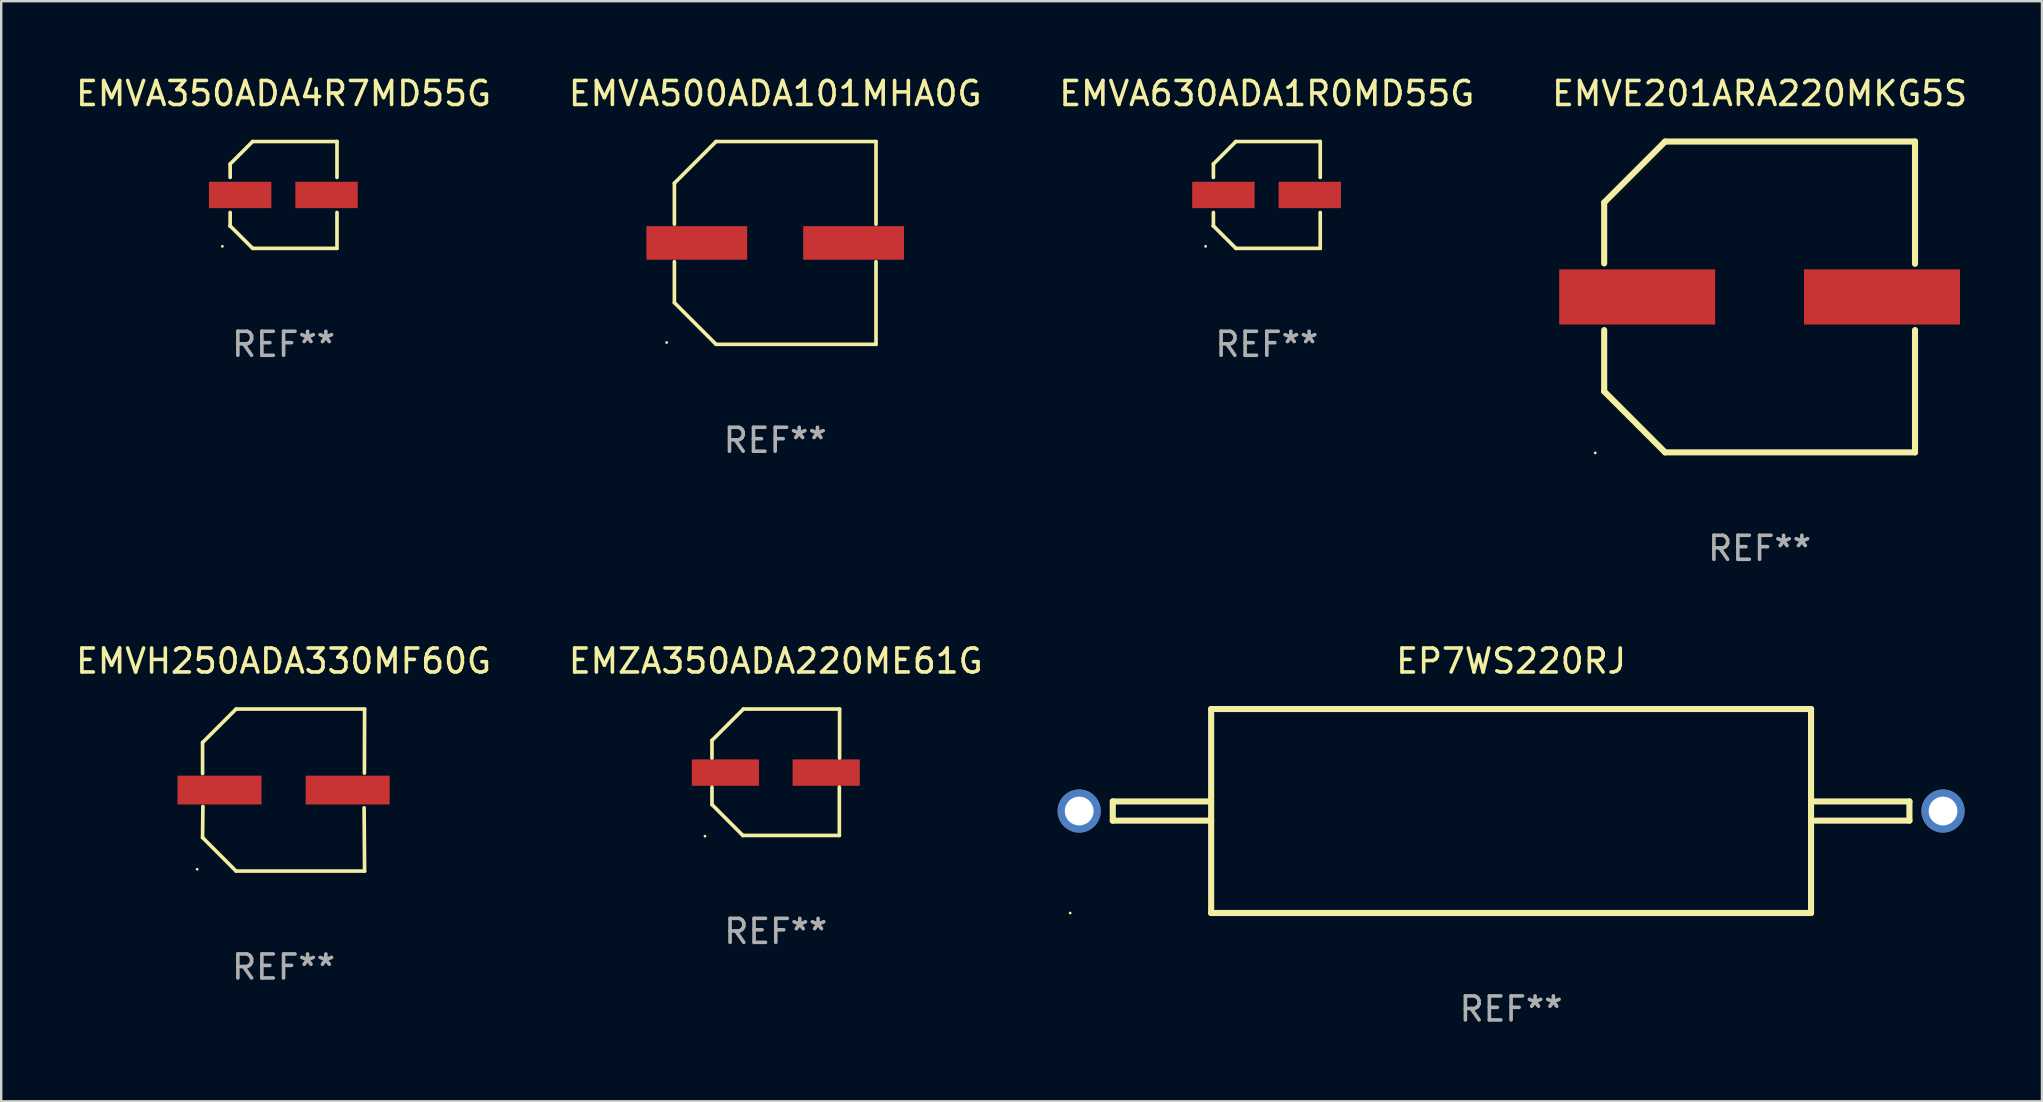
<source format=kicad_pcb>
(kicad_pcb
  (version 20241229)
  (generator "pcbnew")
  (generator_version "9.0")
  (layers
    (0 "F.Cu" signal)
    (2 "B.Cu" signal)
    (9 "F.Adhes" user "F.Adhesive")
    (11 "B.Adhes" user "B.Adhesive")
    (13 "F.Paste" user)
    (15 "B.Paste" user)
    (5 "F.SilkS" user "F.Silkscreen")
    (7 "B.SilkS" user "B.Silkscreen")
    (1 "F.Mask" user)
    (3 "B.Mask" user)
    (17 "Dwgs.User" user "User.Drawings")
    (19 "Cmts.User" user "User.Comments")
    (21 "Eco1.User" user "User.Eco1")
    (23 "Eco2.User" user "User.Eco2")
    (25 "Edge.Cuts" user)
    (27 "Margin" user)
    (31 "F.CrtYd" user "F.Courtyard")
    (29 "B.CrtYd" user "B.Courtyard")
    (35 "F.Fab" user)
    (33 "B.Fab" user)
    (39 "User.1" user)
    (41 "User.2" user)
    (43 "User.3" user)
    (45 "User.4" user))
  (footprint "EMVA630ADA1R0MD55G"
    (layer "F.Cu")
    (at 49.744 5.074)
    (property "Reference" "EMVA630ADA1R0MD55G" (at 0 -4.226 0) (layer "F.SilkS") (effects (font (size 1 1) (thickness 0.15))))
    (attr through_hole)
    (fp_line (start -2.226 -1.289) (end -2.226 -0.73) (stroke (width 0.152) (type solid)) (layer "F.SilkS"))
    (fp_line (start -2.226 0.731) (end -2.226 1.291) (stroke (width 0.152) (type solid)) (layer "F.SilkS"))
    (fp_line (start -2.226 1.291) (end -2.226 1.291) (stroke (width 0.152) (type solid)) (layer "F.SilkS"))
    (fp_line (start -1.29 -2.226) (end -2.226 -1.289) (stroke (width 0.152) (type solid)) (layer "F.SilkS"))
    (fp_line (start -1.289 2.226) (end -2.226 1.291) (stroke (width 0.152) (type solid)) (layer "F.SilkS"))
    (fp_line (start 2.226 -2.226) (end -1.29 -2.226) (stroke (width 0.152) (type solid)) (layer "F.SilkS"))
    (fp_line (start 2.226 -0.73) (end 2.226 -2.226) (stroke (width 0.152) (type solid)) (layer "F.SilkS"))
    (fp_line (start 2.226 2.226) (end -1.289 2.226) (stroke (width 0.152) (type solid)) (layer "F.SilkS"))
    (fp_line (start 2.226 2.226) (end 2.226 0.731) (stroke (width 0.152) (type solid)) (layer "F.SilkS"))
    (fp_circle (center -2.551 2.142) (end -2.521 2.142) (stroke (width 0.06) (type solid)) (fill no) (layer "F.SilkS"))
    (fp_text user "REF**" (at 0 6.226 0) (layer "F.Fab") (effects (font (size 1 1) (thickness 0.15))))
    (pad "1" smd rect (at -1.81 0.001) (size 2.6 1.1) (layers "F.Cu" "F.Mask" "F.Paste"))
    (pad "2" smd rect (at 1.79 0.001) (size 2.6 1.1) (layers "F.Cu" "F.Mask" "F.Paste")))
  (footprint "EMZA350ADA220ME61G"
    (layer "F.Cu")
    (at 29.28 29.133)
    (property "Reference" "EMZA350ADA220ME61G" (at 0 -4.634 0) (layer "F.SilkS") (effects (font (size 1 1) (thickness 0.15))))
    (attr through_hole)
    (fp_line (start -2.659 -1.326) (end -2.659 -0.592) (stroke (width 0.152) (type solid)) (layer "F.SilkS"))
    (fp_line (start -2.659 1.346) (end -2.659 0.622) (stroke (width 0.152) (type solid)) (layer "F.SilkS"))
    (fp_line (start -1.372 2.634) (end -2.659 1.346) (stroke (width 0.152) (type solid)) (layer "F.SilkS"))
    (fp_line (start -1.349 -2.634) (end -2.659 -1.326) (stroke (width 0.152) (type solid)) (layer "F.SilkS"))
    (fp_line (start 2.649 0.622) (end 2.649 2.634) (stroke (width 0.152) (type solid)) (layer "F.SilkS"))
    (fp_line (start 2.649 2.634) (end -1.372 2.634) (stroke (width 0.152) (type solid)) (layer "F.SilkS"))
    (fp_line (start 2.659 -2.634) (end -1.349 -2.634) (stroke (width 0.152) (type solid)) (layer "F.SilkS"))
    (fp_line (start 2.659 -0.592) (end 2.659 -2.634) (stroke (width 0.152) (type solid)) (layer "F.SilkS"))
    (fp_circle (center -2.95 2.665) (end -2.92 2.665) (stroke (width 0.06) (type solid)) (fill no) (layer "F.SilkS"))
    (fp_text user "REF**" (at 0 6.634 0) (layer "F.Fab") (effects (font (size 1 1) (thickness 0.15))))
    (pad "1" smd rect (at -2.1 0.015) (size 2.8 1.1) (layers "F.Cu" "F.Mask" "F.Paste"))
    (pad "2" smd rect (at 2.1 0.015) (size 2.8 1.1) (layers "F.Cu" "F.Mask" "F.Paste")))
  (footprint "EP7WS220RJ"
    (layer "F.Cu")
    (at 59.924 30.749)
    (property "Reference" "EP7WS220RJ" (at 0 -6.25 0) (layer "F.SilkS") (effects (font (size 1 1) (thickness 0.15))))
    (attr through_hole)
    (fp_line (start -16.6 -0.4) (end -12.5 -0.4) (stroke (width 0.254) (type solid)) (layer "F.SilkS"))
    (fp_line (start -16.6 0.4) (end -16.6 -0.4) (stroke (width 0.254) (type solid)) (layer "F.SilkS"))
    (fp_line (start -16.6 0.4) (end -12.5 0.4) (stroke (width 0.254) (type solid)) (layer "F.SilkS"))
    (fp_line (start -12.5 -4.25) (end 12.5 -4.25) (stroke (width 0.254) (type solid)) (layer "F.SilkS"))
    (fp_line (start -12.5 4.25) (end -12.5 -4.25) (stroke (width 0.254) (type solid)) (layer "F.SilkS"))
    (fp_line (start 12.5 -4.25) (end 12.5 4.25) (stroke (width 0.254) (type solid)) (layer "F.SilkS"))
    (fp_line (start 12.5 4.25) (end -12.5 4.25) (stroke (width 0.254) (type solid)) (layer "F.SilkS"))
    (fp_line (start 16.6 -0.4) (end 12.5 -0.4) (stroke (width 0.254) (type solid)) (layer "F.SilkS"))
    (fp_line (start 16.6 -0.4) (end 16.6 0.4) (stroke (width 0.254) (type solid)) (layer "F.SilkS"))
    (fp_line (start 16.6 0.4) (end 12.5 0.4) (stroke (width 0.254) (type solid)) (layer "F.SilkS"))
    (fp_circle (center -18.375 4.25) (end -18.345 4.25) (stroke (width 0.06) (type solid)) (fill no) (layer "F.SilkS"))
    (fp_text user "REF**" (at 0 8.25 0) (layer "F.Fab") (effects (font (size 1 1) (thickness 0.15))))
    (pad "1" thru_hole circle (at -18 -0.000013) (size 1.8 1.8) (drill 1.2) (layers "*.Cu" "*.Mask"))
    (pad "2" thru_hole circle (at 18 -0.000013) (size 1.8 1.8) (drill 1.2) (layers "*.Cu" "*.Mask")))
  (footprint "EMVA500ADA101MHA0G"
    (layer "F.Cu")
    (at 29.256 7.074)
    (property "Reference" "EMVA500ADA101MHA0G" (at 0 -6.226 0) (layer "F.SilkS") (effects (font (size 1 1) (thickness 0.15))))
    (attr through_hole)
    (fp_line (start -4.201 -2.49) (end -4.201 -0.782) (stroke (width 0.152) (type solid)) (layer "F.SilkS"))
    (fp_line (start -4.201 2.49) (end -4.201 0.782) (stroke (width 0.152) (type solid)) (layer "F.SilkS"))
    (fp_line (start -2.465 -4.226) (end -4.201 -2.49) (stroke (width 0.152) (type solid)) (layer "F.SilkS"))
    (fp_line (start -2.465 4.226) (end -4.201 2.49) (stroke (width 0.152) (type solid)) (layer "F.SilkS"))
    (fp_line (start 4.201 -4.226) (end -2.465 -4.226) (stroke (width 0.152) (type solid)) (layer "F.SilkS"))
    (fp_line (start 4.201 -0.782) (end 4.201 -4.226) (stroke (width 0.152) (type solid)) (layer "F.SilkS"))
    (fp_line (start 4.201 0.782) (end 4.201 4.226) (stroke (width 0.152) (type solid)) (layer "F.SilkS"))
    (fp_line (start 4.201 4.226) (end -2.465 4.226) (stroke (width 0.152) (type solid)) (layer "F.SilkS"))
    (fp_circle (center -4.524 4.15) (end -4.494 4.15) (stroke (width 0.06) (type solid)) (fill no) (layer "F.SilkS"))
    (fp_text user "REF**" (at 0 8.226 0) (layer "F.Fab") (effects (font (size 1 1) (thickness 0.15))))
    (pad "1" smd rect (at -3.267 0) (size 4.2 1.4) (layers "F.Cu" "F.Mask" "F.Paste"))
    (pad "2" smd rect (at 3.267 0) (size 4.2 1.4) (layers "F.Cu" "F.Mask" "F.Paste")))
  (footprint "EMVA350ADA4R7MD55G"
    (layer "F.Cu")
    (at 8.768 5.074)
    (property "Reference" "EMVA350ADA4R7MD55G" (at 0 -4.226 0) (layer "F.SilkS") (effects (font (size 1 1) (thickness 0.15))))
    (attr through_hole)
    (fp_line (start -2.226 -1.289) (end -2.226 -0.73) (stroke (width 0.152) (type solid)) (layer "F.SilkS"))
    (fp_line (start -2.226 0.731) (end -2.226 1.291) (stroke (width 0.152) (type solid)) (layer "F.SilkS"))
    (fp_line (start -2.226 1.291) (end -2.226 1.291) (stroke (width 0.152) (type solid)) (layer "F.SilkS"))
    (fp_line (start -1.29 -2.226) (end -2.226 -1.289) (stroke (width 0.152) (type solid)) (layer "F.SilkS"))
    (fp_line (start -1.289 2.226) (end -2.226 1.291) (stroke (width 0.152) (type solid)) (layer "F.SilkS"))
    (fp_line (start 2.226 -2.226) (end -1.29 -2.226) (stroke (width 0.152) (type solid)) (layer "F.SilkS"))
    (fp_line (start 2.226 -0.73) (end 2.226 -2.226) (stroke (width 0.152) (type solid)) (layer "F.SilkS"))
    (fp_line (start 2.226 2.226) (end -1.289 2.226) (stroke (width 0.152) (type solid)) (layer "F.SilkS"))
    (fp_line (start 2.226 2.226) (end 2.226 0.731) (stroke (width 0.152) (type solid)) (layer "F.SilkS"))
    (fp_circle (center -2.551 2.142) (end -2.521 2.142) (stroke (width 0.06) (type solid)) (fill no) (layer "F.SilkS"))
    (fp_text user "REF**" (at 0 6.226 0) (layer "F.Fab") (effects (font (size 1 1) (thickness 0.15))))
    (pad "1" smd rect (at -1.81 0.001) (size 2.6 1.1) (layers "F.Cu" "F.Mask" "F.Paste"))
    (pad "2" smd rect (at 1.79 0.001) (size 2.6 1.1) (layers "F.Cu" "F.Mask" "F.Paste")))
  (footprint "EMVH250ADA330MF60G"
    (layer "F.Cu")
    (at 8.768 29.875)
    (property "Reference" "EMVH250ADA330MF60G" (at 0 -5.376 0) (layer "F.SilkS") (effects (font (size 1 1) (thickness 0.15))))
    (attr through_hole)
    (fp_line (start -3.376 -1.98) (end -3.376 -0.686) (stroke (width 0.152) (type solid)) (layer "F.SilkS"))
    (fp_line (start -3.376 1.981) (end -3.362 0.686) (stroke (width 0.152) (type solid)) (layer "F.SilkS"))
    (fp_line (start -1.981 3.376) (end -3.376 1.981) (stroke (width 0.152) (type solid)) (layer "F.SilkS"))
    (fp_line (start -1.98 -3.376) (end -3.376 -1.98) (stroke (width 0.152) (type solid)) (layer "F.SilkS"))
    (fp_line (start 3.356 0.74) (end 3.376 3.376) (stroke (width 0.152) (type solid)) (layer "F.SilkS"))
    (fp_line (start 3.369 -0.707) (end 3.376 -3.376) (stroke (width 0.152) (type solid)) (layer "F.SilkS"))
    (fp_line (start 3.376 3.376) (end -1.981 3.376) (stroke (width 0.152) (type solid)) (layer "F.SilkS"))
    (fp_line (start 3.376 -3.376) (end -1.98 -3.376) (stroke (width 0.152) (type solid)) (layer "F.SilkS"))
    (fp_circle (center -3.6 3.3) (end -3.57 3.3) (stroke (width 0.06) (type solid)) (fill no) (layer "F.SilkS"))
    (fp_text user "REF**" (at 0 7.376 0) (layer "F.Fab") (effects (font (size 1 1) (thickness 0.15))))
    (pad "1" smd rect (at -2.67 0.000381) (size 3.5 1.2) (layers "F.Cu" "F.Mask" "F.Paste"))
    (pad "2" smd rect (at 2.67 0.000381) (size 3.5 1.2) (layers "F.Cu" "F.Mask" "F.Paste")))
  (footprint "EMVE201ARA220MKG5S"
    (layer "F.Cu")
    (at 70.28 9.325)
    (property "Reference" "EMVE201ARA220MKG5S" (at 0 -8.477 0) (layer "F.SilkS") (effects (font (size 1 1) (thickness 0.15))))
    (attr through_hole)
    (fp_line (start -6.477 -3.937) (end -6.477 -1.397) (stroke (width 0.254) (type solid)) (layer "F.SilkS"))
    (fp_line (start -6.477 1.381) (end -6.477 3.937) (stroke (width 0.254) (type solid)) (layer "F.SilkS"))
    (fp_line (start -6.477 3.937) (end -3.937 6.477) (stroke (width 0.254) (type solid)) (layer "F.SilkS"))
    (fp_line (start -3.937 -6.477) (end -6.477 -3.937) (stroke (width 0.254) (type solid)) (layer "F.SilkS"))
    (fp_line (start -3.937 6.477) (end 6.477 6.477) (stroke (width 0.254) (type solid)) (layer "F.SilkS"))
    (fp_line (start 6.477 -6.477) (end -3.937 -6.477) (stroke (width 0.254) (type solid)) (layer "F.SilkS"))
    (fp_line (start 6.477 -1.381) (end 6.477 -6.477) (stroke (width 0.254) (type solid)) (layer "F.SilkS"))
    (fp_line (start 6.477 6.477) (end 6.477 1.381) (stroke (width 0.254) (type solid)) (layer "F.SilkS"))
    (fp_circle (center -6.85 6.5) (end -6.82 6.5) (stroke (width 0.06) (type solid)) (fill no) (layer "F.SilkS"))
    (fp_text user "REF**" (at 0 10.477 0) (layer "F.Fab") (effects (font (size 1 1) (thickness 0.15))))
    (pad "1" smd rect (at -5.1 0) (size 6.5 2.3) (layers "F.Cu" "F.Mask" "F.Paste"))
    (pad "2" smd rect (at 5.1 0) (size 6.5 2.3) (layers "F.Cu" "F.Mask" "F.Paste")))
  (gr_rect
    (start -3 -3)
    (end 82.048 42.847)
    (stroke (width 0.1) (type default))
    (fill no)
    (layer "Edge.Cuts")))
</source>
